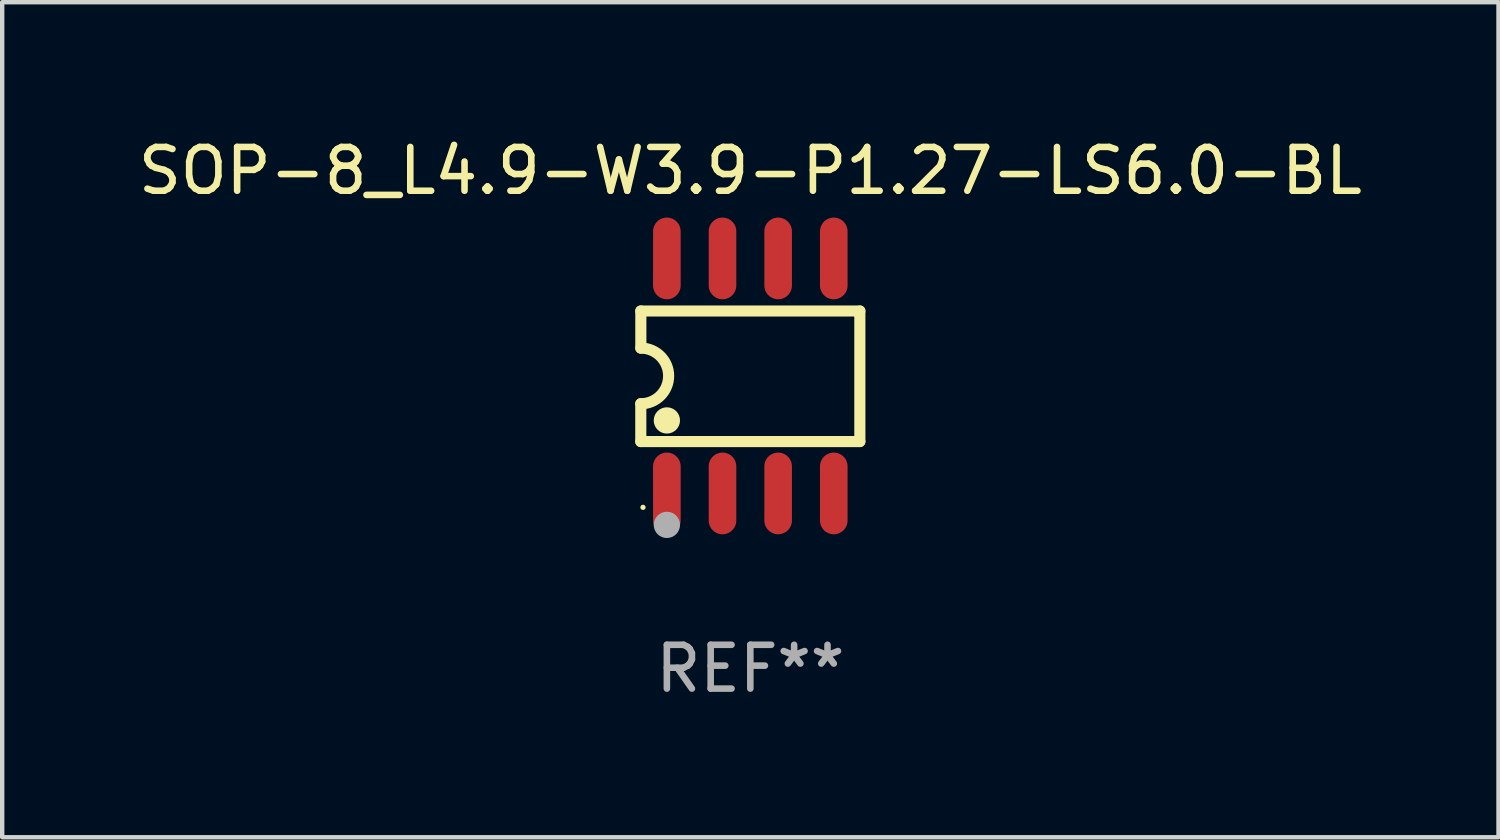
<source format=kicad_pcb>
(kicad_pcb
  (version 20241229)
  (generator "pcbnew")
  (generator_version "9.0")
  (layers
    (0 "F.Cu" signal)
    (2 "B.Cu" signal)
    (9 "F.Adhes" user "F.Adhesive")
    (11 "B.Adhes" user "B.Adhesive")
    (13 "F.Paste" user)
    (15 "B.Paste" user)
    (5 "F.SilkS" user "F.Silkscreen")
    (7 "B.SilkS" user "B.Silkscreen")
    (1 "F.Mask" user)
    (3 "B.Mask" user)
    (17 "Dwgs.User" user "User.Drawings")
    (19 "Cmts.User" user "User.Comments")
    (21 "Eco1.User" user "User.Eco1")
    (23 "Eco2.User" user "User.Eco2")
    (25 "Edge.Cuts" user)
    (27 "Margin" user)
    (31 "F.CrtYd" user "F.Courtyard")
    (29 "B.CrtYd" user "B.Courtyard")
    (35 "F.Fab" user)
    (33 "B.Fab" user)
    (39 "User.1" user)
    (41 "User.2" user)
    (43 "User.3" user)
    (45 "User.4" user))
  (footprint "SOP-8_L4.9-W3.9-P1.27-LS6.0-BL"
    (layer "F.Cu")
    (at 14.077 5.531)
    (property "Reference" "SOP-8_L4.9-W3.9-P1.27-LS6.0-BL" (at 0 -4.682 0) (layer "F.SilkS") (effects (font (size 1 1) (thickness 0.15))))
    (attr smd)
    (fp_line (start -2.5 -1.482) (end 2.5 -1.482) (stroke (width 0.254) (type solid)) (layer "F.SilkS"))
    (fp_line (start -2.5 0.635) (end -2.5 1.498) (stroke (width 0.254) (type solid)) (layer "F.SilkS"))
    (fp_line (start -2.5 1.498) (end 2.5 1.498) (stroke (width 0.254) (type solid)) (layer "F.SilkS"))
    (fp_line (start -2.499 -0.635) (end -2.499 -1.482) (stroke (width 0.254) (type solid)) (layer "F.SilkS"))
    (fp_line (start 2.5 1.498) (end 2.5 -1.482) (stroke (width 0.254) (type solid)) (layer "F.SilkS"))
    (fp_arc (start -2.499365 -0.635001) (mid -1.864681 0.000317) (end -2.499999 0.635001) (stroke (width 0.254001) (type solid)) (layer "F.SilkS"))
    (fp_circle (center -2.45 3) (end -2.42 3) (stroke (width 0.06) (type solid)) (fill no) (layer "F.SilkS"))
    (fp_circle (center -1.905 1.016) (end -1.755 1.016) (stroke (width 0.3) (type solid)) (fill no) (layer "F.SilkS"))
    (fp_circle (center -1.905 3.4) (end -1.755 3.4) (stroke (width 0.3) (type solid)) (fill no) (layer "F.Fab"))
    (fp_text user "REF**" (at 0 6.682 0) (layer "F.Fab") (effects (font (size 1 1) (thickness 0.15))))
    (pad "1" smd oval (at -1.905 2.682) (size 0.63 1.865) (layers "F.Cu" "F.Mask" "F.Paste"))
    (pad "2" smd oval (at -0.635 2.682) (size 0.63 1.865) (layers "F.Cu" "F.Mask" "F.Paste"))
    (pad "3" smd oval (at 0.635 2.682) (size 0.63 1.865) (layers "F.Cu" "F.Mask" "F.Paste"))
    (pad "4" smd oval (at 1.905 2.682) (size 0.63 1.865) (layers "F.Cu" "F.Mask" "F.Paste"))
    (pad "5" smd oval (at 1.905 -2.682) (size 0.63 1.865) (layers "F.Cu" "F.Mask" "F.Paste"))
    (pad "6" smd oval (at 0.635 -2.682) (size 0.63 1.865) (layers "F.Cu" "F.Mask" "F.Paste"))
    (pad "7" smd oval (at -0.635 -2.682) (size 0.63 1.865) (layers "F.Cu" "F.Mask" "F.Paste"))
    (pad "8" smd oval (at -1.905 -2.682) (size 0.63 1.865) (layers "F.Cu" "F.Mask" "F.Paste")))
  (gr_rect
    (start -3 -3)
    (end 31.155 16.061)
    (stroke (width 0.1) (type default))
    (fill no)
    (layer "Edge.Cuts")))
</source>
